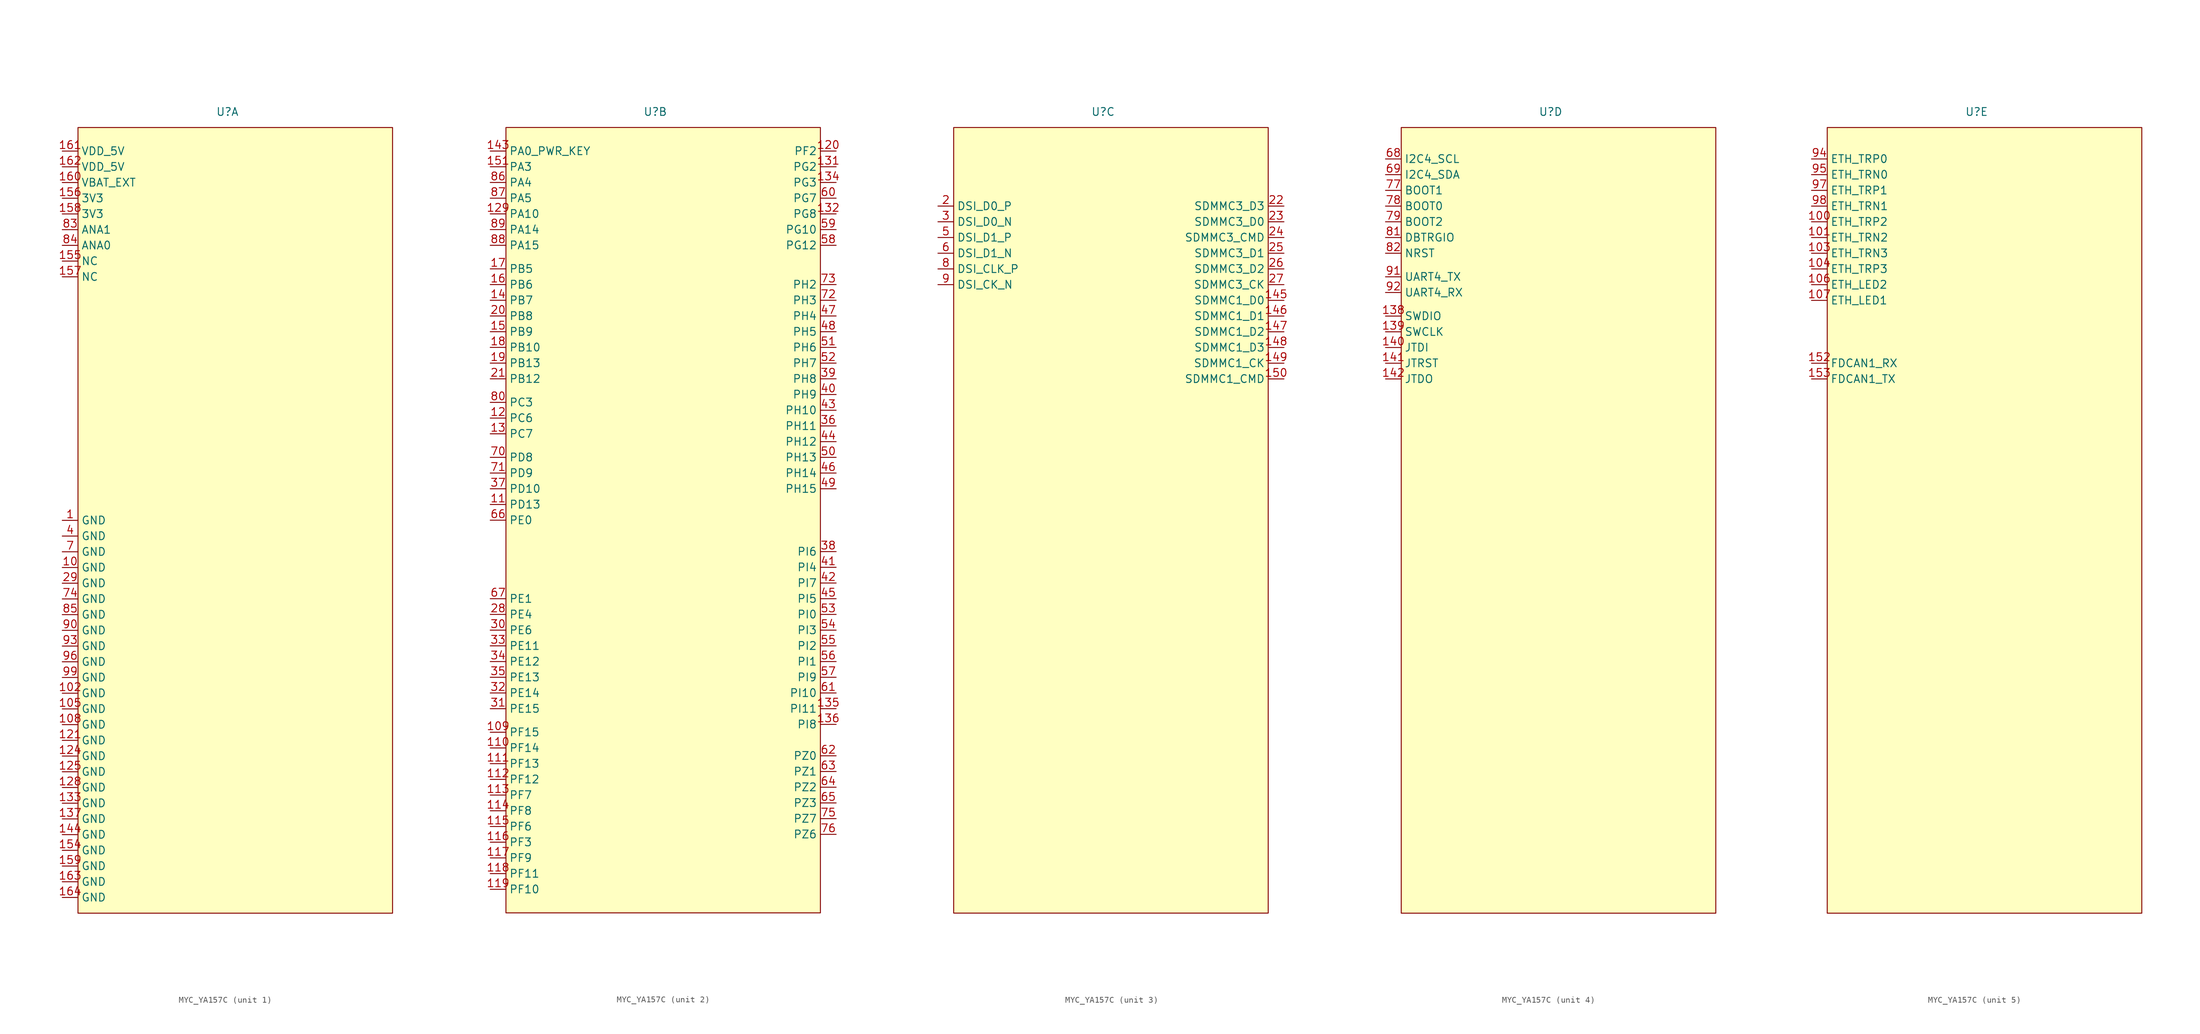
<source format=kicad_sym>
(kicad_symbol_lib
  (version 20220914)
  (generator kicad_symbol_editor)
  (symbol "MYC_YA157C"
    (property "Reference" "U"
      (at 24.13 2.54 0)
      (effects (font (size 1.27 1.27))))
    (property "Value" ""
      (at 24.13 2.54 0)
      (effects (font (size 1.27 1.27))))
    (symbol "MYC_YA157C_0_1"
      (rectangle (start 0 0) (end 50.8 -127) (stroke (width 0) (type default)) (fill (type background))))
    (symbol "MYC_YA157C_1_0"
      (pin power_in line (at -2.54 -63.5 0) (length 2.54) (name "GND" (effects (font (size 1.27 1.27)))) (number "1" (effects (font (size 1.27 1.27)))))
      (pin power_in line (at -2.54 -71.12 0) (length 2.54) (name "GND" (effects (font (size 1.27 1.27)))) (number "10" (effects (font (size 1.27 1.27)))))
      (pin power_in line (at -2.54 -91.44 0) (length 2.54) (name "GND" (effects (font (size 1.27 1.27)))) (number "102" (effects (font (size 1.27 1.27)))))
      (pin power_in line (at -2.54 -93.98 0) (length 2.54) (name "GND" (effects (font (size 1.27 1.27)))) (number "105" (effects (font (size 1.27 1.27)))))
      (pin power_in line (at -2.54 -96.52 0) (length 2.54) (name "GND" (effects (font (size 1.27 1.27)))) (number "108" (effects (font (size 1.27 1.27)))))
      (pin power_in line (at -2.54 -99.06 0) (length 2.54) (name "GND" (effects (font (size 1.27 1.27)))) (number "121" (effects (font (size 1.27 1.27)))))
      (pin power_in line (at -2.54 -101.6 0) (length 2.54) (name "GND" (effects (font (size 1.27 1.27)))) (number "124" (effects (font (size 1.27 1.27)))))
      (pin power_in line (at -2.54 -104.14 0) (length 2.54) (name "GND" (effects (font (size 1.27 1.27)))) (number "125" (effects (font (size 1.27 1.27)))))
      (pin power_in line (at -2.54 -106.68 0) (length 2.54) (name "GND" (effects (font (size 1.27 1.27)))) (number "128" (effects (font (size 1.27 1.27)))))
      (pin power_in line (at -2.54 -109.22 0) (length 2.54) (name "GND" (effects (font (size 1.27 1.27)))) (number "133" (effects (font (size 1.27 1.27)))))
      (pin power_in line (at -2.54 -111.76 0) (length 2.54) (name "GND" (effects (font (size 1.27 1.27)))) (number "137" (effects (font (size 1.27 1.27)))))
      (pin power_in line (at -2.54 -114.3 0) (length 2.54) (name "GND" (effects (font (size 1.27 1.27)))) (number "144" (effects (font (size 1.27 1.27)))))
      (pin power_in line (at -2.54 -116.84 0) (length 2.54) (name "GND" (effects (font (size 1.27 1.27)))) (number "154" (effects (font (size 1.27 1.27)))))
      (pin power_in line (at -2.54 -21.59 0) (length 2.54) (name "NC" (effects (font (size 1.27 1.27)))) (number "155" (effects (font (size 1.27 1.27)))))
      (pin power_in line (at -2.54 -11.43 0) (length 2.54) (name "3V3" (effects (font (size 1.27 1.27)))) (number "156" (effects (font (size 1.27 1.27)))))
      (pin power_in line (at -2.54 -24.13 0) (length 2.54) (name "NC" (effects (font (size 1.27 1.27)))) (number "157" (effects (font (size 1.27 1.27)))))
      (pin power_in line (at -2.54 -13.97 0) (length 2.54) (name "3V3" (effects (font (size 1.27 1.27)))) (number "158" (effects (font (size 1.27 1.27)))))
      (pin power_in line (at -2.54 -119.38 0) (length 2.54) (name "GND" (effects (font (size 1.27 1.27)))) (number "159" (effects (font (size 1.27 1.27)))))
      (pin power_in line (at -2.54 -8.89 0) (length 2.54) (name "VBAT_EXT" (effects (font (size 1.27 1.27)))) (number "160" (effects (font (size 1.27 1.27)))))
      (pin power_in line (at -2.54 -3.81 0) (length 2.54) (name "VDD_5V" (effects (font (size 1.27 1.27)))) (number "161" (effects (font (size 1.27 1.27)))))
      (pin power_in line (at -2.54 -6.35 0) (length 2.54) (name "VDD_5V" (effects (font (size 1.27 1.27)))) (number "162" (effects (font (size 1.27 1.27)))))
      (pin power_in line (at -2.54 -121.92 0) (length 2.54) (name "GND" (effects (font (size 1.27 1.27)))) (number "163" (effects (font (size 1.27 1.27)))))
      (pin power_in line (at -2.54 -124.46 0) (length 2.54) (name "GND" (effects (font (size 1.27 1.27)))) (number "164" (effects (font (size 1.27 1.27)))))
      (pin power_in line (at -2.54 -73.66 0) (length 2.54) (name "GND" (effects (font (size 1.27 1.27)))) (number "29" (effects (font (size 1.27 1.27)))))
      (pin power_in line (at -2.54 -66.04 0) (length 2.54) (name "GND" (effects (font (size 1.27 1.27)))) (number "4" (effects (font (size 1.27 1.27)))))
      (pin power_in line (at -2.54 -68.58 0) (length 2.54) (name "GND" (effects (font (size 1.27 1.27)))) (number "7" (effects (font (size 1.27 1.27)))))
      (pin power_in line (at -2.54 -76.2 0) (length 2.54) (name "GND" (effects (font (size 1.27 1.27)))) (number "74" (effects (font (size 1.27 1.27)))))
      (pin power_in line (at -2.54 -16.51 0) (length 2.54) (name "ANA1" (effects (font (size 1.27 1.27)))) (number "83" (effects (font (size 1.27 1.27)))))
      (pin power_in line (at -2.54 -19.05 0) (length 2.54) (name "ANA0" (effects (font (size 1.27 1.27)))) (number "84" (effects (font (size 1.27 1.27)))))
      (pin power_in line (at -2.54 -78.74 0) (length 2.54) (name "GND" (effects (font (size 1.27 1.27)))) (number "85" (effects (font (size 1.27 1.27)))))
      (pin power_in line (at -2.54 -81.28 0) (length 2.54) (name "GND" (effects (font (size 1.27 1.27)))) (number "90" (effects (font (size 1.27 1.27)))))
      (pin power_in line (at -2.54 -83.82 0) (length 2.54) (name "GND" (effects (font (size 1.27 1.27)))) (number "93" (effects (font (size 1.27 1.27)))))
      (pin power_in line (at -2.54 -86.36 0) (length 2.54) (name "GND" (effects (font (size 1.27 1.27)))) (number "96" (effects (font (size 1.27 1.27)))))
      (pin power_in line (at -2.54 -88.9 0) (length 2.54) (name "GND" (effects (font (size 1.27 1.27)))) (number "99" (effects (font (size 1.27 1.27))))))
    (symbol "MYC_YA157C_2_0"
      (pin bidirectional line (at -2.54 -97.79 0) (length 2.54) (name "PF15" (effects (font (size 1.27 1.27)))) (number "109" (effects (font (size 1.27 1.27)))))
      (pin bidirectional line (at -2.54 -60.96 0) (length 2.54) (name "PD13" (effects (font (size 1.27 1.27)))) (number "11" (effects (font (size 1.27 1.27)))))
      (pin bidirectional line (at -2.54 -100.33 0) (length 2.54) (name "PF14" (effects (font (size 1.27 1.27)))) (number "110" (effects (font (size 1.27 1.27)))))
      (pin bidirectional line (at -2.54 -102.87 0) (length 2.54) (name "PF13" (effects (font (size 1.27 1.27)))) (number "111" (effects (font (size 1.27 1.27)))))
      (pin bidirectional line (at -2.54 -105.41 0) (length 2.54) (name "PF12" (effects (font (size 1.27 1.27)))) (number "112" (effects (font (size 1.27 1.27)))))
      (pin bidirectional line (at -2.54 -107.95 0) (length 2.54) (name "PF7" (effects (font (size 1.27 1.27)))) (number "113" (effects (font (size 1.27 1.27)))))
      (pin bidirectional line (at -2.54 -110.49 0) (length 2.54) (name "PF8" (effects (font (size 1.27 1.27)))) (number "114" (effects (font (size 1.27 1.27)))))
      (pin bidirectional line (at -2.54 -113.03 0) (length 2.54) (name "PF6" (effects (font (size 1.27 1.27)))) (number "115" (effects (font (size 1.27 1.27)))))
      (pin bidirectional line (at -2.54 -115.57 0) (length 2.54) (name "PF3" (effects (font (size 1.27 1.27)))) (number "116" (effects (font (size 1.27 1.27)))))
      (pin bidirectional line (at -2.54 -118.11 0) (length 2.54) (name "PF9" (effects (font (size 1.27 1.27)))) (number "117" (effects (font (size 1.27 1.27)))))
      (pin bidirectional line (at -2.54 -120.65 0) (length 2.54) (name "PF11" (effects (font (size 1.27 1.27)))) (number "118" (effects (font (size 1.27 1.27)))))
      (pin bidirectional line (at -2.54 -123.19 0) (length 2.54) (name "PF10" (effects (font (size 1.27 1.27)))) (number "119" (effects (font (size 1.27 1.27)))))
      (pin bidirectional line (at -2.54 -46.99 0) (length 2.54) (name "PC6" (effects (font (size 1.27 1.27)))) (number "12" (effects (font (size 1.27 1.27)))))
      (pin bidirectional line (at 53.34 -3.81 180) (length 2.54) (name "PF2" (effects (font (size 1.27 1.27)))) (number "120" (effects (font (size 1.27 1.27)))))
      (pin bidirectional line (at -2.54 -13.97 0) (length 2.54) (name "PA10" (effects (font (size 1.27 1.27)))) (number "129" (effects (font (size 1.27 1.27)))))
      (pin bidirectional line (at -2.54 -49.53 0) (length 2.54) (name "PC7" (effects (font (size 1.27 1.27)))) (number "13" (effects (font (size 1.27 1.27)))))
      (pin bidirectional line (at 53.34 -6.35 180) (length 2.54) (name "PG2" (effects (font (size 1.27 1.27)))) (number "131" (effects (font (size 1.27 1.27)))))
      (pin bidirectional line (at 53.34 -13.97 180) (length 2.54) (name "PG8" (effects (font (size 1.27 1.27)))) (number "132" (effects (font (size 1.27 1.27)))))
      (pin bidirectional line (at 53.34 -8.89 180) (length 2.54) (name "PG3" (effects (font (size 1.27 1.27)))) (number "134" (effects (font (size 1.27 1.27)))))
      (pin bidirectional line (at 53.34 -93.98 180) (length 2.54) (name "PI11" (effects (font (size 1.27 1.27)))) (number "135" (effects (font (size 1.27 1.27)))))
      (pin bidirectional line (at 53.34 -96.52 180) (length 2.54) (name "PI8" (effects (font (size 1.27 1.27)))) (number "136" (effects (font (size 1.27 1.27)))))
      (pin bidirectional line (at -2.54 -27.94 0) (length 2.54) (name "PB7" (effects (font (size 1.27 1.27)))) (number "14" (effects (font (size 1.27 1.27)))))
      (pin bidirectional line (at -2.54 -3.81 0) (length 2.54) (name "PA0_PWR_KEY" (effects (font (size 1.27 1.27)))) (number "143" (effects (font (size 1.27 1.27)))))
      (pin bidirectional line (at -2.54 -33.02 0) (length 2.54) (name "PB9" (effects (font (size 1.27 1.27)))) (number "15" (effects (font (size 1.27 1.27)))))
      (pin bidirectional line (at -2.54 -6.35 0) (length 2.54) (name "PA3" (effects (font (size 1.27 1.27)))) (number "151" (effects (font (size 1.27 1.27)))))
      (pin bidirectional line (at -2.54 -25.4 0) (length 2.54) (name "PB6" (effects (font (size 1.27 1.27)))) (number "16" (effects (font (size 1.27 1.27)))))
      (pin bidirectional line (at -2.54 -22.86 0) (length 2.54) (name "PB5" (effects (font (size 1.27 1.27)))) (number "17" (effects (font (size 1.27 1.27)))))
      (pin bidirectional line (at -2.54 -35.56 0) (length 2.54) (name "PB10" (effects (font (size 1.27 1.27)))) (number "18" (effects (font (size 1.27 1.27)))))
      (pin bidirectional line (at -2.54 -38.1 0) (length 2.54) (name "PB13" (effects (font (size 1.27 1.27)))) (number "19" (effects (font (size 1.27 1.27)))))
      (pin bidirectional line (at -2.54 -30.48 0) (length 2.54) (name "PB8" (effects (font (size 1.27 1.27)))) (number "20" (effects (font (size 1.27 1.27)))))
      (pin bidirectional line (at -2.54 -40.64 0) (length 2.54) (name "PB12" (effects (font (size 1.27 1.27)))) (number "21" (effects (font (size 1.27 1.27)))))
      (pin bidirectional line (at -2.54 -78.74 0) (length 2.54) (name "PE4" (effects (font (size 1.27 1.27)))) (number "28" (effects (font (size 1.27 1.27)))))
      (pin bidirectional line (at -2.54 -81.28 0) (length 2.54) (name "PE6" (effects (font (size 1.27 1.27)))) (number "30" (effects (font (size 1.27 1.27)))))
      (pin bidirectional line (at -2.54 -93.98 0) (length 2.54) (name "PE15" (effects (font (size 1.27 1.27)))) (number "31" (effects (font (size 1.27 1.27)))))
      (pin bidirectional line (at -2.54 -91.44 0) (length 2.54) (name "PE14" (effects (font (size 1.27 1.27)))) (number "32" (effects (font (size 1.27 1.27)))))
      (pin bidirectional line (at -2.54 -83.82 0) (length 2.54) (name "PE11" (effects (font (size 1.27 1.27)))) (number "33" (effects (font (size 1.27 1.27)))))
      (pin bidirectional line (at -2.54 -86.36 0) (length 2.54) (name "PE12" (effects (font (size 1.27 1.27)))) (number "34" (effects (font (size 1.27 1.27)))))
      (pin bidirectional line (at -2.54 -88.9 0) (length 2.54) (name "PE13" (effects (font (size 1.27 1.27)))) (number "35" (effects (font (size 1.27 1.27)))))
      (pin bidirectional line (at 53.34 -48.26 180) (length 2.54) (name "PH11" (effects (font (size 1.27 1.27)))) (number "36" (effects (font (size 1.27 1.27)))))
      (pin bidirectional line (at -2.54 -58.42 0) (length 2.54) (name "PD10" (effects (font (size 1.27 1.27)))) (number "37" (effects (font (size 1.27 1.27)))))
      (pin bidirectional line (at 53.34 -68.58 180) (length 2.54) (name "PI6" (effects (font (size 1.27 1.27)))) (number "38" (effects (font (size 1.27 1.27)))))
      (pin bidirectional line (at 53.34 -40.64 180) (length 2.54) (name "PH8" (effects (font (size 1.27 1.27)))) (number "39" (effects (font (size 1.27 1.27)))))
      (pin bidirectional line (at 53.34 -43.18 180) (length 2.54) (name "PH9" (effects (font (size 1.27 1.27)))) (number "40" (effects (font (size 1.27 1.27)))))
      (pin bidirectional line (at 53.34 -71.12 180) (length 2.54) (name "PI4" (effects (font (size 1.27 1.27)))) (number "41" (effects (font (size 1.27 1.27)))))
      (pin bidirectional line (at 53.34 -73.66 180) (length 2.54) (name "PI7" (effects (font (size 1.27 1.27)))) (number "42" (effects (font (size 1.27 1.27)))))
      (pin bidirectional line (at 53.34 -45.72 180) (length 2.54) (name "PH10" (effects (font (size 1.27 1.27)))) (number "43" (effects (font (size 1.27 1.27)))))
      (pin bidirectional line (at 53.34 -50.8 180) (length 2.54) (name "PH12" (effects (font (size 1.27 1.27)))) (number "44" (effects (font (size 1.27 1.27)))))
      (pin bidirectional line (at 53.34 -76.2 180) (length 2.54) (name "PI5" (effects (font (size 1.27 1.27)))) (number "45" (effects (font (size 1.27 1.27)))))
      (pin bidirectional line (at 53.34 -55.88 180) (length 2.54) (name "PH14" (effects (font (size 1.27 1.27)))) (number "46" (effects (font (size 1.27 1.27)))))
      (pin bidirectional line (at 53.34 -30.48 180) (length 2.54) (name "PH4" (effects (font (size 1.27 1.27)))) (number "47" (effects (font (size 1.27 1.27)))))
      (pin bidirectional line (at 53.34 -33.02 180) (length 2.54) (name "PH5" (effects (font (size 1.27 1.27)))) (number "48" (effects (font (size 1.27 1.27)))))
      (pin bidirectional line (at 53.34 -58.42 180) (length 2.54) (name "PH15" (effects (font (size 1.27 1.27)))) (number "49" (effects (font (size 1.27 1.27)))))
      (pin bidirectional line (at 53.34 -53.34 180) (length 2.54) (name "PH13" (effects (font (size 1.27 1.27)))) (number "50" (effects (font (size 1.27 1.27)))))
      (pin bidirectional line (at 53.34 -35.56 180) (length 2.54) (name "PH6" (effects (font (size 1.27 1.27)))) (number "51" (effects (font (size 1.27 1.27)))))
      (pin bidirectional line (at 53.34 -38.1 180) (length 2.54) (name "PH7" (effects (font (size 1.27 1.27)))) (number "52" (effects (font (size 1.27 1.27)))))
      (pin bidirectional line (at 53.34 -78.74 180) (length 2.54) (name "PI0" (effects (font (size 1.27 1.27)))) (number "53" (effects (font (size 1.27 1.27)))))
      (pin bidirectional line (at 53.34 -81.28 180) (length 2.54) (name "PI3" (effects (font (size 1.27 1.27)))) (number "54" (effects (font (size 1.27 1.27)))))
      (pin bidirectional line (at 53.34 -83.82 180) (length 2.54) (name "PI2" (effects (font (size 1.27 1.27)))) (number "55" (effects (font (size 1.27 1.27)))))
      (pin bidirectional line (at 53.34 -86.36 180) (length 2.54) (name "PI1" (effects (font (size 1.27 1.27)))) (number "56" (effects (font (size 1.27 1.27)))))
      (pin bidirectional line (at 53.34 -88.9 180) (length 2.54) (name "PI9" (effects (font (size 1.27 1.27)))) (number "57" (effects (font (size 1.27 1.27)))))
      (pin bidirectional line (at 53.34 -19.05 180) (length 2.54) (name "PG12" (effects (font (size 1.27 1.27)))) (number "58" (effects (font (size 1.27 1.27)))))
      (pin bidirectional line (at 53.34 -16.51 180) (length 2.54) (name "PG10" (effects (font (size 1.27 1.27)))) (number "59" (effects (font (size 1.27 1.27)))))
      (pin bidirectional line (at 53.34 -11.43 180) (length 2.54) (name "PG7" (effects (font (size 1.27 1.27)))) (number "60" (effects (font (size 1.27 1.27)))))
      (pin bidirectional line (at 53.34 -91.44 180) (length 2.54) (name "PI10" (effects (font (size 1.27 1.27)))) (number "61" (effects (font (size 1.27 1.27)))))
      (pin bidirectional line (at 53.34 -101.6 180) (length 2.54) (name "PZ0" (effects (font (size 1.27 1.27)))) (number "62" (effects (font (size 1.27 1.27)))))
      (pin bidirectional line (at 53.34 -104.14 180) (length 2.54) (name "PZ1" (effects (font (size 1.27 1.27)))) (number "63" (effects (font (size 1.27 1.27)))))
      (pin bidirectional line (at 53.34 -106.68 180) (length 2.54) (name "PZ2" (effects (font (size 1.27 1.27)))) (number "64" (effects (font (size 1.27 1.27)))))
      (pin bidirectional line (at 53.34 -109.22 180) (length 2.54) (name "PZ3" (effects (font (size 1.27 1.27)))) (number "65" (effects (font (size 1.27 1.27)))))
      (pin bidirectional line (at -2.54 -63.5 0) (length 2.54) (name "PE0" (effects (font (size 1.27 1.27)))) (number "66" (effects (font (size 1.27 1.27)))))
      (pin bidirectional line (at -2.54 -76.2 0) (length 2.54) (name "PE1" (effects (font (size 1.27 1.27)))) (number "67" (effects (font (size 1.27 1.27)))))
      (pin bidirectional line (at -2.54 -53.34 0) (length 2.54) (name "PD8" (effects (font (size 1.27 1.27)))) (number "70" (effects (font (size 1.27 1.27)))))
      (pin bidirectional line (at -2.54 -55.88 0) (length 2.54) (name "PD9" (effects (font (size 1.27 1.27)))) (number "71" (effects (font (size 1.27 1.27)))))
      (pin bidirectional line (at 53.34 -27.94 180) (length 2.54) (name "PH3" (effects (font (size 1.27 1.27)))) (number "72" (effects (font (size 1.27 1.27)))))
      (pin bidirectional line (at 53.34 -25.4 180) (length 2.54) (name "PH2" (effects (font (size 1.27 1.27)))) (number "73" (effects (font (size 1.27 1.27)))))
      (pin bidirectional line (at 53.34 -111.76 180) (length 2.54) (name "PZ7" (effects (font (size 1.27 1.27)))) (number "75" (effects (font (size 1.27 1.27)))))
      (pin bidirectional line (at 53.34 -114.3 180) (length 2.54) (name "PZ6" (effects (font (size 1.27 1.27)))) (number "76" (effects (font (size 1.27 1.27)))))
      (pin bidirectional line (at -2.54 -44.45 0) (length 2.54) (name "PC3" (effects (font (size 1.27 1.27)))) (number "80" (effects (font (size 1.27 1.27)))))
      (pin bidirectional line (at -2.54 -8.89 0) (length 2.54) (name "PA4" (effects (font (size 1.27 1.27)))) (number "86" (effects (font (size 1.27 1.27)))))
      (pin bidirectional line (at -2.54 -11.43 0) (length 2.54) (name "PA5" (effects (font (size 1.27 1.27)))) (number "87" (effects (font (size 1.27 1.27)))))
      (pin bidirectional line (at -2.54 -19.05 0) (length 2.54) (name "PA15" (effects (font (size 1.27 1.27)))) (number "88" (effects (font (size 1.27 1.27)))))
      (pin bidirectional line (at -2.54 -16.51 0) (length 2.54) (name "PA14" (effects (font (size 1.27 1.27)))) (number "89" (effects (font (size 1.27 1.27))))))
    (symbol "MYC_YA157C_3_0"
      (pin bidirectional line (at 53.34 -27.94 180) (length 2.54) (name "SDMMC1_D0" (effects (font (size 1.27 1.27)))) (number "145" (effects (font (size 1.27 1.27)))))
      (pin bidirectional line (at 53.34 -30.48 180) (length 2.54) (name "SDMMC1_D1" (effects (font (size 1.27 1.27)))) (number "146" (effects (font (size 1.27 1.27)))))
      (pin bidirectional line (at 53.34 -33.02 180) (length 2.54) (name "SDMMC1_D2" (effects (font (size 1.27 1.27)))) (number "147" (effects (font (size 1.27 1.27)))))
      (pin bidirectional line (at 53.34 -35.56 180) (length 2.54) (name "SDMMC1_D3" (effects (font (size 1.27 1.27)))) (number "148" (effects (font (size 1.27 1.27)))))
      (pin bidirectional line (at 53.34 -38.1 180) (length 2.54) (name "SDMMC1_CK" (effects (font (size 1.27 1.27)))) (number "149" (effects (font (size 1.27 1.27)))))
      (pin bidirectional line (at 53.34 -40.64 180) (length 2.54) (name "SDMMC1_CMD" (effects (font (size 1.27 1.27)))) (number "150" (effects (font (size 1.27 1.27)))))
      (pin bidirectional line (at -2.54 -12.7 0) (length 2.54) (name "DSI_D0_P" (effects (font (size 1.27 1.27)))) (number "2" (effects (font (size 1.27 1.27)))))
      (pin bidirectional line (at 53.34 -12.7 180) (length 2.54) (name "SDMMC3_D3" (effects (font (size 1.27 1.27)))) (number "22" (effects (font (size 1.27 1.27)))))
      (pin bidirectional line (at 53.34 -15.24 180) (length 2.54) (name "SDMMC3_D0" (effects (font (size 1.27 1.27)))) (number "23" (effects (font (size 1.27 1.27)))))
      (pin bidirectional line (at 53.34 -17.78 180) (length 2.54) (name "SDMMC3_CMD" (effects (font (size 1.27 1.27)))) (number "24" (effects (font (size 1.27 1.27)))))
      (pin bidirectional line (at 53.34 -20.32 180) (length 2.54) (name "SDMMC3_D1" (effects (font (size 1.27 1.27)))) (number "25" (effects (font (size 1.27 1.27)))))
      (pin bidirectional line (at 53.34 -22.86 180) (length 2.54) (name "SDMMC3_D2" (effects (font (size 1.27 1.27)))) (number "26" (effects (font (size 1.27 1.27)))))
      (pin bidirectional line (at 53.34 -25.4 180) (length 2.54) (name "SDMMC3_CK" (effects (font (size 1.27 1.27)))) (number "27" (effects (font (size 1.27 1.27)))))
      (pin bidirectional line (at -2.54 -15.24 0) (length 2.54) (name "DSI_D0_N" (effects (font (size 1.27 1.27)))) (number "3" (effects (font (size 1.27 1.27)))))
      (pin bidirectional line (at -2.54 -17.78 0) (length 2.54) (name "DSI_D1_P" (effects (font (size 1.27 1.27)))) (number "5" (effects (font (size 1.27 1.27)))))
      (pin bidirectional line (at -2.54 -20.32 0) (length 2.54) (name "DSI_D1_N" (effects (font (size 1.27 1.27)))) (number "6" (effects (font (size 1.27 1.27)))))
      (pin bidirectional line (at -2.54 -22.86 0) (length 2.54) (name "DSI_CLK_P" (effects (font (size 1.27 1.27)))) (number "8" (effects (font (size 1.27 1.27)))))
      (pin bidirectional line (at -2.54 -25.4 0) (length 2.54) (name "DSI_CK_N" (effects (font (size 1.27 1.27)))) (number "9" (effects (font (size 1.27 1.27))))))
    (symbol "MYC_YA157C_4_0"
      (pin bidirectional line (at -2.54 -30.48 0) (length 2.54) (name "SWDIO" (effects (font (size 1.27 1.27)))) (number "138" (effects (font (size 1.27 1.27)))))
      (pin bidirectional line (at -2.54 -33.02 0) (length 2.54) (name "SWCLK" (effects (font (size 1.27 1.27)))) (number "139" (effects (font (size 1.27 1.27)))))
      (pin bidirectional line (at -2.54 -35.56 0) (length 2.54) (name "JTDI" (effects (font (size 1.27 1.27)))) (number "140" (effects (font (size 1.27 1.27)))))
      (pin bidirectional line (at -2.54 -38.1 0) (length 2.54) (name "JTRST" (effects (font (size 1.27 1.27)))) (number "141" (effects (font (size 1.27 1.27)))))
      (pin bidirectional line (at -2.54 -40.64 0) (length 2.54) (name "JTDO" (effects (font (size 1.27 1.27)))) (number "142" (effects (font (size 1.27 1.27)))))
      (pin bidirectional line (at -2.54 -5.08 0) (length 2.54) (name "I2C4_SCL" (effects (font (size 1.27 1.27)))) (number "68" (effects (font (size 1.27 1.27)))))
      (pin bidirectional line (at -2.54 -7.62 0) (length 2.54) (name "I2C4_SDA" (effects (font (size 1.27 1.27)))) (number "69" (effects (font (size 1.27 1.27)))))
      (pin bidirectional line (at -2.54 -10.16 0) (length 2.54) (name "BOOT1" (effects (font (size 1.27 1.27)))) (number "77" (effects (font (size 1.27 1.27)))))
      (pin bidirectional line (at -2.54 -12.7 0) (length 2.54) (name "BOOT0" (effects (font (size 1.27 1.27)))) (number "78" (effects (font (size 1.27 1.27)))))
      (pin bidirectional line (at -2.54 -15.24 0) (length 2.54) (name "BOOT2" (effects (font (size 1.27 1.27)))) (number "79" (effects (font (size 1.27 1.27)))))
      (pin bidirectional line (at -2.54 -17.78 0) (length 2.54) (name "DBTRGIO" (effects (font (size 1.27 1.27)))) (number "81" (effects (font (size 1.27 1.27)))))
      (pin bidirectional line (at -2.54 -20.32 0) (length 2.54) (name "NRST" (effects (font (size 1.27 1.27)))) (number "82" (effects (font (size 1.27 1.27)))))
      (pin bidirectional line (at -2.54 -24.13 0) (length 2.54) (name "UART4_TX" (effects (font (size 1.27 1.27)))) (number "91" (effects (font (size 1.27 1.27)))))
      (pin bidirectional line (at -2.54 -26.67 0) (length 2.54) (name "UART4_RX" (effects (font (size 1.27 1.27)))) (number "92" (effects (font (size 1.27 1.27))))))
    (symbol "MYC_YA157C_5_0"
      (pin bidirectional line (at -2.54 -15.24 0) (length 2.54) (name "ETH_TRP2" (effects (font (size 1.27 1.27)))) (number "100" (effects (font (size 1.27 1.27)))))
      (pin bidirectional line (at -2.54 -17.78 0) (length 2.54) (name "ETH_TRN2" (effects (font (size 1.27 1.27)))) (number "101" (effects (font (size 1.27 1.27)))))
      (pin bidirectional line (at -2.54 -20.32 0) (length 2.54) (name "ETH_TRN3" (effects (font (size 1.27 1.27)))) (number "103" (effects (font (size 1.27 1.27)))))
      (pin bidirectional line (at -2.54 -22.86 0) (length 2.54) (name "ETH_TRP3" (effects (font (size 1.27 1.27)))) (number "104" (effects (font (size 1.27 1.27)))))
      (pin bidirectional line (at -2.54 -25.4 0) (length 2.54) (name "ETH_LED2" (effects (font (size 1.27 1.27)))) (number "106" (effects (font (size 1.27 1.27)))))
      (pin bidirectional line (at -2.54 -27.94 0) (length 2.54) (name "ETH_LED1" (effects (font (size 1.27 1.27)))) (number "107" (effects (font (size 1.27 1.27)))))
      (pin bidirectional line (at -2.54 -38.1 0) (length 2.54) (name "FDCAN1_RX" (effects (font (size 1.27 1.27)))) (number "152" (effects (font (size 1.27 1.27)))))
      (pin bidirectional line (at -2.54 -40.64 0) (length 2.54) (name "FDCAN1_TX" (effects (font (size 1.27 1.27)))) (number "153" (effects (font (size 1.27 1.27)))))
      (pin bidirectional line (at -2.54 -5.08 0) (length 2.54) (name "ETH_TRP0" (effects (font (size 1.27 1.27)))) (number "94" (effects (font (size 1.27 1.27)))))
      (pin bidirectional line (at -2.54 -7.62 0) (length 2.54) (name "ETH_TRN0" (effects (font (size 1.27 1.27)))) (number "95" (effects (font (size 1.27 1.27)))))
      (pin bidirectional line (at -2.54 -10.16 0) (length 2.54) (name "ETH_TRP1" (effects (font (size 1.27 1.27)))) (number "97" (effects (font (size 1.27 1.27)))))
      (pin bidirectional line (at -2.54 -12.7 0) (length 2.54) (name "ETH_TRN1" (effects (font (size 1.27 1.27)))) (number "98" (effects (font (size 1.27 1.27))))))))
</source>
